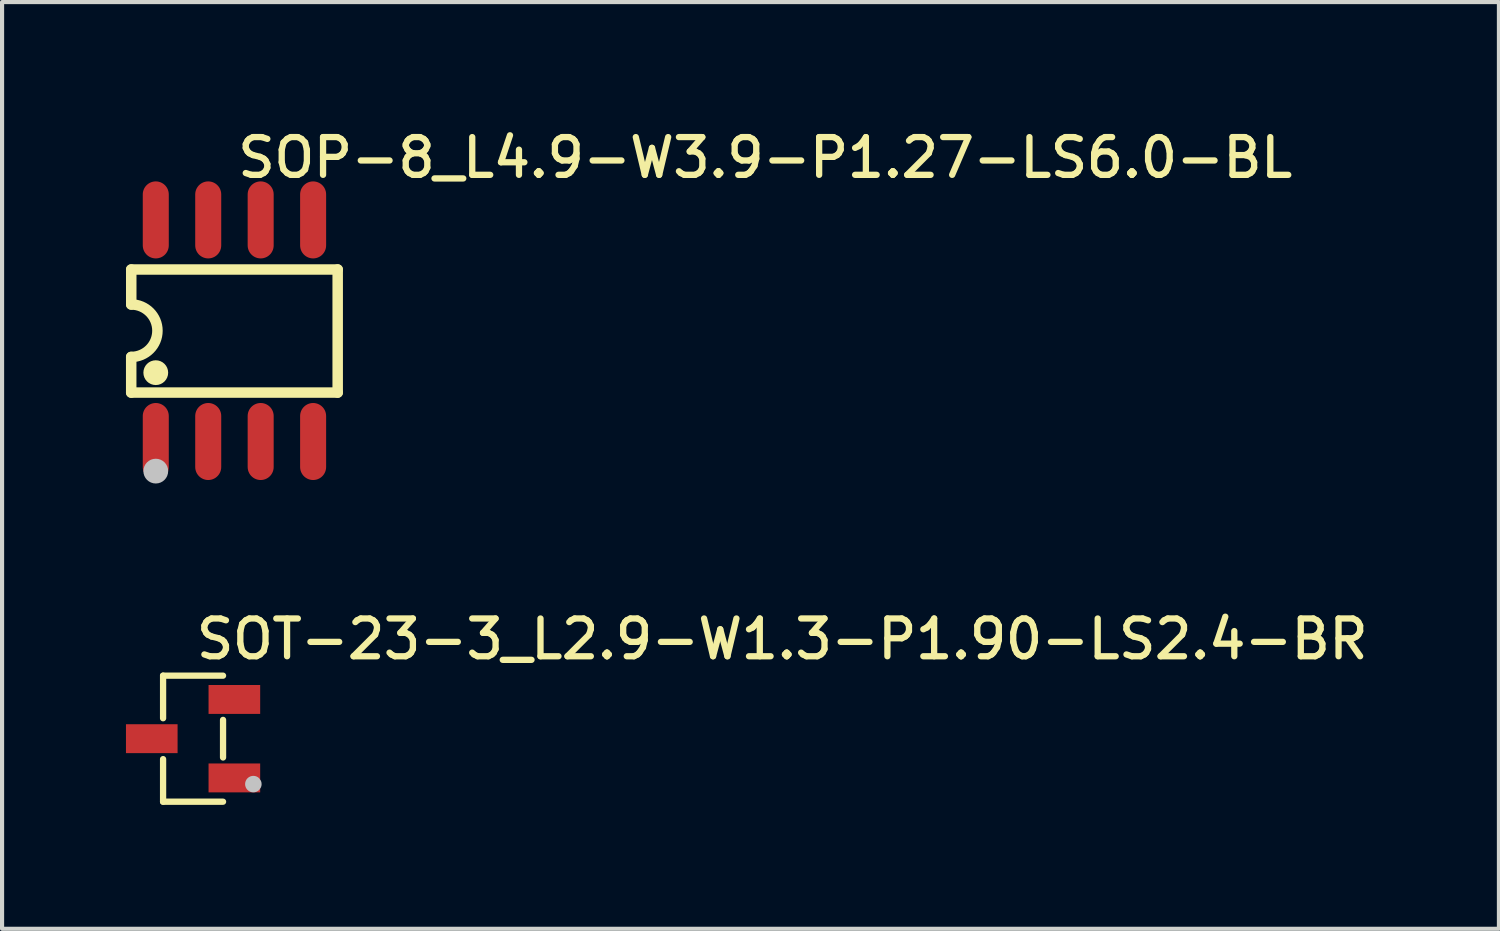
<source format=kicad_pcb>
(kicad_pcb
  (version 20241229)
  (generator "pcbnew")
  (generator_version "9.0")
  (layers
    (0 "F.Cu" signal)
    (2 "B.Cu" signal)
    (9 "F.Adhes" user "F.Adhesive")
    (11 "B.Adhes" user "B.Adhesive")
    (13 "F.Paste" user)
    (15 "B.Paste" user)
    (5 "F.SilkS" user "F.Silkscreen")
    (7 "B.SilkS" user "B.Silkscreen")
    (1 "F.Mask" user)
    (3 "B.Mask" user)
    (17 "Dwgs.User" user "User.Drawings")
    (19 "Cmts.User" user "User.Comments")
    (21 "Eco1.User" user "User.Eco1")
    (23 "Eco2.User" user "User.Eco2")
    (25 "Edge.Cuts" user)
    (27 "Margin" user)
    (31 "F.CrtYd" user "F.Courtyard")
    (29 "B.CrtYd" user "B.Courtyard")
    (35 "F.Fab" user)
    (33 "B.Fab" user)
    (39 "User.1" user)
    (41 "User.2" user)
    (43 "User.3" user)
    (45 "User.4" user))
  (footprint "SOT-23-3_L2.9-W1.3-P1.90-LS2.4-BR"
    (layer "F.Cu")
    (at 1.625 14.837)
    (property "Reference" "SOT-23-3_L2.9-W1.3-P1.90-LS2.4-BR" (at 0 -2.946 0) (layer "F.SilkS") (effects (font (size 0.914 0.914) (thickness 0.152)) (justify left top)))
    (fp_line (start -0.726 -1.526) (end -0.726 -0.495) (stroke (width 0.152) (type default)) (layer "F.SilkS"))
    (fp_line (start -0.726 1.526) (end -0.726 0.495) (stroke (width 0.152) (type default)) (layer "F.SilkS"))
    (fp_line (start 0.726 -1.526) (end -0.726 -1.526) (stroke (width 0.152) (type default)) (layer "F.SilkS"))
    (fp_line (start 0.726 -0.455) (end 0.726 0.455) (stroke (width 0.152) (type default)) (layer "F.SilkS"))
    (fp_line (start 0.726 1.526) (end -0.726 1.526) (stroke (width 0.152) (type default)) (layer "F.SilkS"))
    (fp_circle (center 1.46 1.1) (end 1.56 1.1) (stroke (width 0.2) (type default)) (fill no) (layer "Dwgs.User"))
    (fp_circle (center 1.2 1.45) (end 1.23 1.45) (stroke (width 0.06) (type default)) (fill no) (layer "User.5"))
    (pad "1" smd rect (at 1 0.95) (size 1.25 0.7) (layers "F.Cu" "F.Mask" "F.Paste"))
    (pad "2" smd rect (at 1 -0.95) (size 1.25 0.7) (layers "F.Cu" "F.Mask" "F.Paste"))
    (pad "3" smd rect (at -1 0) (size 1.25 0.7) (layers "F.Cu" "F.Mask" "F.Paste"))
    (zone (net_name "") (layer "User.3") (hatch edge 0.5) (priority 100) (connect_pads yes) (min_thickness 0) (filled_areas_thickness no) (fill yes) (polygon (pts (xy 0.975 16.287) (xy 0.975 13.387) (xy 2.275 13.387) (xy 2.275 16.287))) (filled_polygon (layer "User.3") (island) (pts (xy 0.975 16.287) (xy 0.975 13.387) (xy 2.275 13.387) (xy 2.275 16.287))))
    (zone (net_name "") (layer "User.4") (hatch edge 0.5) (priority 100) (connect_pads yes) (min_thickness 0) (filled_areas_thickness no) (fill yes) (polygon (pts (xy 0.425 15.052) (xy 0.425 14.622) (xy 0.725 14.622) (xy 0.725 15.052))) (filled_polygon (layer "User.4") (island) (pts (xy 0.425 15.052) (xy 0.425 14.622) (xy 0.725 14.622) (xy 0.725 15.052))))
    (zone (net_name "") (layer "User.4") (hatch edge 0.5) (priority 100) (connect_pads) (min_thickness 0) (filled_areas_thickness no) (keepout (tracks allowed) (vias allowed) (pads allowed) (copperpour not_allowed) (footprints allowed)) (placement (enabled no)) (fill) (polygon (pts (xy 0.715 15.052) (xy 0.715 14.622) (xy 0.985 14.622) (xy 0.985 15.052))))
    (zone (net_name "") (layer "User.4") (hatch edge 0.5) (priority 100) (connect_pads) (min_thickness 0) (filled_areas_thickness no) (keepout (tracks allowed) (vias allowed) (pads allowed) (copperpour not_allowed) (footprints allowed)) (placement (enabled no)) (fill) (polygon (pts (xy 2.265 14.102) (xy 2.265 13.672) (xy 2.535 13.672) (xy 2.535 14.102))))
    (zone (net_name "") (layer "User.4") (hatch edge 0.5) (priority 100) (connect_pads) (min_thickness 0) (filled_areas_thickness no) (keepout (tracks allowed) (vias allowed) (pads allowed) (copperpour not_allowed) (footprints allowed)) (placement (enabled no)) (fill) (polygon (pts (xy 2.265 16.002) (xy 2.265 15.572) (xy 2.535 15.572) (xy 2.535 16.002))))
    (zone (net_name "") (layer "User.4") (hatch edge 0.5) (priority 100) (connect_pads yes) (min_thickness 0) (filled_areas_thickness no) (fill yes) (polygon (pts (xy 2.525 14.102) (xy 2.525 13.672) (xy 2.825 13.672) (xy 2.825 14.102))) (filled_polygon (layer "User.4") (island) (pts (xy 2.525 14.102) (xy 2.525 13.672) (xy 2.825 13.672) (xy 2.825 14.102))))
    (zone (net_name "") (layer "User.4") (hatch edge 0.5) (priority 100) (connect_pads yes) (min_thickness 0) (filled_areas_thickness no) (fill yes) (polygon (pts (xy 2.525 16.002) (xy 2.525 15.572) (xy 2.825 15.572) (xy 2.825 16.002))) (filled_polygon (layer "User.4") (island) (pts (xy 2.525 16.002) (xy 2.525 15.572) (xy 2.825 15.572) (xy 2.825 16.002)))))
  (footprint "SOP-8_L4.9-W3.9-P1.27-LS6.0-BL"
    (layer "F.Cu")
    (at 2.627 4.958)
    (property "Reference" "SOP-8_L4.9-W3.9-P1.27-LS6.0-BL" (at 0 -4.724 0) (layer "F.SilkS") (effects (font (size 0.914 0.914) (thickness 0.152)) (justify left top)))
    (fp_line (start -2.5 -1.482) (end 2.5 -1.482) (stroke (width 0.254) (type default)) (layer "F.SilkS"))
    (fp_line (start -2.5 0.635) (end -2.5 1.498) (stroke (width 0.254) (type default)) (layer "F.SilkS"))
    (fp_line (start -2.5 1.498) (end 2.5 1.498) (stroke (width 0.254) (type default)) (layer "F.SilkS"))
    (fp_line (start -2.499 -0.635) (end -2.499 -1.482) (stroke (width 0.254) (type default)) (layer "F.SilkS"))
    (fp_line (start 2.5 1.498) (end 2.5 -1.482) (stroke (width 0.254) (type default)) (layer "F.SilkS"))
    (fp_arc (start -2.4994 -0.635) (mid -1.8647 0.0003) (end -2.5 0.635) (stroke (width 0.254) (type default)) (layer "F.SilkS"))
    (fp_circle (center -1.905 1.016) (end -1.755 1.016) (stroke (width 0.3) (type default)) (fill no) (layer "F.SilkS"))
    (fp_circle (center -1.905 3.4) (end -1.755 3.4) (stroke (width 0.3) (type default)) (fill no) (layer "Dwgs.User"))
    (fp_circle (center -2.45 3) (end -2.42 3) (stroke (width 0.06) (type default)) (fill no) (layer "User.5"))
    (pad "1" smd oval (at -1.905 2.683) (size 0.63 1.865) (layers "F.Cu" "F.Mask" "F.Paste"))
    (pad "2" smd oval (at -0.635 2.683) (size 0.63 1.865) (layers "F.Cu" "F.Mask" "F.Paste"))
    (pad "3" smd oval (at 0.635 2.683) (size 0.63 1.865) (layers "F.Cu" "F.Mask" "F.Paste"))
    (pad "4" smd oval (at 1.905 2.683) (size 0.63 1.865) (layers "F.Cu" "F.Mask" "F.Paste"))
    (pad "5" smd oval (at 1.905 -2.683) (size 0.63 1.865) (layers "F.Cu" "F.Mask" "F.Paste"))
    (pad "6" smd oval (at 0.635 -2.683) (size 0.63 1.865) (layers "F.Cu" "F.Mask" "F.Paste"))
    (pad "7" smd oval (at -0.635 -2.683) (size 0.63 1.865) (layers "F.Cu" "F.Mask" "F.Paste"))
    (pad "8" smd oval (at -1.905 -2.683) (size 0.63 1.865) (layers "F.Cu" "F.Mask" "F.Paste"))
    (zone (net_name "") (layer "User.3") (hatch edge 0.5) (priority 100) (connect_pads yes) (min_thickness 0) (filled_areas_thickness no) (fill yes) (polygon (pts (xy 0.177 6.908) (xy 0.177 3.008) (xy 5.077 3.008) (xy 5.077 6.908))) (filled_polygon (layer "User.3") (island) (pts (xy 0.177 6.908) (xy 0.177 3.008) (xy 5.077 3.008) (xy 5.077 6.908))))
    (zone (net_name "") (layer "User.4") (hatch edge 0.5) (priority 100) (connect_pads) (min_thickness 0) (filled_areas_thickness no) (keepout (tracks allowed) (vias allowed) (pads allowed) (copperpour not_allowed) (footprints allowed)) (placement (enabled no)) (fill) (polygon (pts (xy 0.512 2.725) (xy 0.932 2.725) (xy 0.932 3.015) (xy 0.512 3.015))))
    (zone (net_name "") (layer "User.4") (hatch edge 0.5) (priority 100) (connect_pads yes) (min_thickness 0) (filled_areas_thickness no) (fill yes) (polygon (pts (xy 0.512 2.793) (xy 0.512 1.958) (xy 0.932 1.958) (xy 0.932 2.793))) (filled_polygon (layer "User.4") (island) (pts (xy 0.512 2.793) (xy 0.512 1.958) (xy 0.932 1.958) (xy 0.932 2.793))))
    (zone (net_name "") (layer "User.4") (hatch edge 0.5) (priority 100) (connect_pads yes) (min_thickness 0) (filled_areas_thickness no) (fill yes) (polygon (pts (xy 0.512 7.958) (xy 0.512 7.123) (xy 0.932 7.123) (xy 0.932 7.958))) (filled_polygon (layer "User.4") (island) (pts (xy 0.512 7.958) (xy 0.512 7.123) (xy 0.932 7.123) (xy 0.932 7.958))))
    (zone (net_name "") (layer "User.4") (hatch edge 0.5) (priority 100) (connect_pads) (min_thickness 0) (filled_areas_thickness no) (keepout (tracks allowed) (vias allowed) (pads allowed) (copperpour not_allowed) (footprints allowed)) (placement (enabled no)) (fill) (polygon (pts (xy 0.932 7.19) (xy 0.512 7.19) (xy 0.512 6.9) (xy 0.932 6.9))))
    (zone (net_name "") (layer "User.4") (hatch edge 0.5) (priority 100) (connect_pads) (min_thickness 0) (filled_areas_thickness no) (keepout (tracks allowed) (vias allowed) (pads allowed) (copperpour not_allowed) (footprints allowed)) (placement (enabled no)) (fill) (polygon (pts (xy 1.782 2.725) (xy 2.202 2.725) (xy 2.202 3.015) (xy 1.782 3.015))))
    (zone (net_name "") (layer "User.4") (hatch edge 0.5) (priority 100) (connect_pads yes) (min_thickness 0) (filled_areas_thickness no) (fill yes) (polygon (pts (xy 1.782 2.793) (xy 1.782 1.958) (xy 2.202 1.958) (xy 2.202 2.793))) (filled_polygon (layer "User.4") (island) (pts (xy 1.782 2.793) (xy 1.782 1.958) (xy 2.202 1.958) (xy 2.202 2.793))))
    (zone (net_name "") (layer "User.4") (hatch edge 0.5) (priority 100) (connect_pads yes) (min_thickness 0) (filled_areas_thickness no) (fill yes) (polygon (pts (xy 1.782 7.958) (xy 1.782 7.123) (xy 2.202 7.123) (xy 2.202 7.958))) (filled_polygon (layer "User.4") (island) (pts (xy 1.782 7.958) (xy 1.782 7.123) (xy 2.202 7.123) (xy 2.202 7.958))))
    (zone (net_name "") (layer "User.4") (hatch edge 0.5) (priority 100) (connect_pads) (min_thickness 0) (filled_areas_thickness no) (keepout (tracks allowed) (vias allowed) (pads allowed) (copperpour not_allowed) (footprints allowed)) (placement (enabled no)) (fill) (polygon (pts (xy 2.202 7.19) (xy 1.782 7.19) (xy 1.782 6.9) (xy 2.202 6.9))))
    (zone (net_name "") (layer "User.4") (hatch edge 0.5) (priority 100) (connect_pads) (min_thickness 0) (filled_areas_thickness no) (keepout (tracks allowed) (vias allowed) (pads allowed) (copperpour not_allowed) (footprints allowed)) (placement (enabled no)) (fill) (polygon (pts (xy 3.052 2.725) (xy 3.472 2.725) (xy 3.472 3.015) (xy 3.052 3.015))))
    (zone (net_name "") (layer "User.4") (hatch edge 0.5) (priority 100) (connect_pads yes) (min_thickness 0) (filled_areas_thickness no) (fill yes) (polygon (pts (xy 3.052 2.793) (xy 3.052 1.958) (xy 3.472 1.958) (xy 3.472 2.793))) (filled_polygon (layer "User.4") (island) (pts (xy 3.052 2.793) (xy 3.052 1.958) (xy 3.472 1.958) (xy 3.472 2.793))))
    (zone (net_name "") (layer "User.4") (hatch edge 0.5) (priority 100) (connect_pads yes) (min_thickness 0) (filled_areas_thickness no) (fill yes) (polygon (pts (xy 3.052 7.958) (xy 3.052 7.123) (xy 3.472 7.123) (xy 3.472 7.958))) (filled_polygon (layer "User.4") (island) (pts (xy 3.052 7.958) (xy 3.052 7.123) (xy 3.472 7.123) (xy 3.472 7.958))))
    (zone (net_name "") (layer "User.4") (hatch edge 0.5) (priority 100) (connect_pads) (min_thickness 0) (filled_areas_thickness no) (keepout (tracks allowed) (vias allowed) (pads allowed) (copperpour not_allowed) (footprints allowed)) (placement (enabled no)) (fill) (polygon (pts (xy 3.472 7.19) (xy 3.052 7.19) (xy 3.052 6.9) (xy 3.472 6.9))))
    (zone (net_name "") (layer "User.4") (hatch edge 0.5) (priority 100) (connect_pads) (min_thickness 0) (filled_areas_thickness no) (keepout (tracks allowed) (vias allowed) (pads allowed) (copperpour not_allowed) (footprints allowed)) (placement (enabled no)) (fill) (polygon (pts (xy 4.322 2.725) (xy 4.742 2.725) (xy 4.742 3.015) (xy 4.322 3.015))))
    (zone (net_name "") (layer "User.4") (hatch edge 0.5) (priority 100) (connect_pads yes) (min_thickness 0) (filled_areas_thickness no) (fill yes) (polygon (pts (xy 4.322 2.793) (xy 4.322 1.958) (xy 4.742 1.958) (xy 4.742 2.793))) (filled_polygon (layer "User.4") (island) (pts (xy 4.322 2.793) (xy 4.322 1.958) (xy 4.742 1.958) (xy 4.742 2.793))))
    (zone (net_name "") (layer "User.4") (hatch edge 0.5) (priority 100) (connect_pads yes) (min_thickness 0) (filled_areas_thickness no) (fill yes) (polygon (pts (xy 4.322 7.958) (xy 4.322 7.123) (xy 4.742 7.123) (xy 4.742 7.958))) (filled_polygon (layer "User.4") (island) (pts (xy 4.322 7.958) (xy 4.322 7.123) (xy 4.742 7.123) (xy 4.742 7.958))))
    (zone (net_name "") (layer "User.4") (hatch edge 0.5) (priority 100) (connect_pads) (min_thickness 0) (filled_areas_thickness no) (keepout (tracks allowed) (vias allowed) (pads allowed) (copperpour not_allowed) (footprints allowed)) (placement (enabled no)) (fill) (polygon (pts (xy 4.742 7.19) (xy 4.322 7.19) (xy 4.322 6.9) (xy 4.742 6.9)))))
  (gr_rect
    (start -3 -3)
    (end 33.246 19.44)
    (stroke (width 0.1) (type default))
    (fill no)
    (layer "Edge.Cuts")))
</source>
